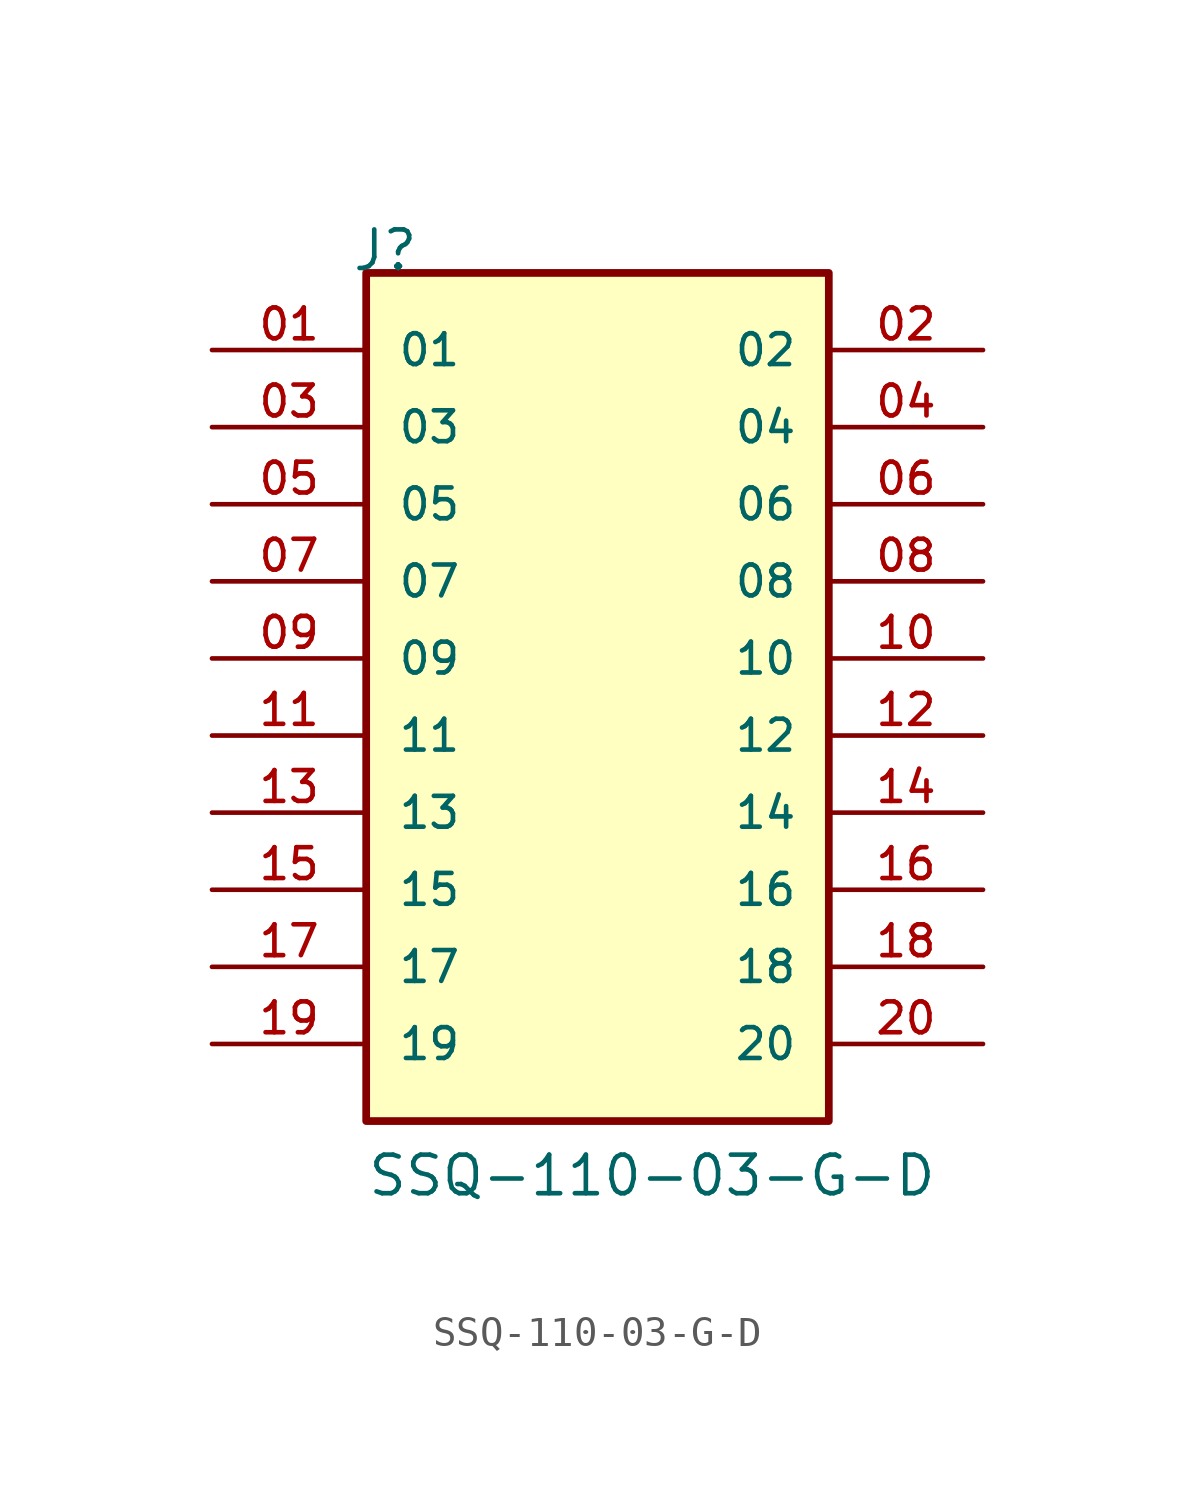
<source format=kicad_sym>
(kicad_symbol_lib
  (version 20211014)
  (generator kicad_symbol_editor)
  (symbol "SSQ-110-03-G-D"
    (pin_names
      (offset 1.016))
    (property "Reference" "J"
      (at -8.12 15.24 0)
      (effects (font (size 1.27 1.27)) (justify bottom left)))
    (property "Value" "SSQ-110-03-G-D"
      (at -7.62 -15.24 0)
      (effects (font (size 1.27 1.27)) (justify bottom left)))
    (symbol "SSQ-110-03-G-D_0_0"
      (rectangle (start -7.62 -12.7) (end 7.62 15.24) (stroke (width 0.254)) (fill (type background)))
      (pin passive line (at -12.7 12.7 0) (length 5.08) (name "01" (effects (font (size 1.016 1.016)))) (number "01" (effects (font (size 1.016 1.016)))))
      (pin passive line (at 12.7 12.7 180.0) (length 5.08) (name "02" (effects (font (size 1.016 1.016)))) (number "02" (effects (font (size 1.016 1.016)))))
      (pin passive line (at -12.7 10.16 0) (length 5.08) (name "03" (effects (font (size 1.016 1.016)))) (number "03" (effects (font (size 1.016 1.016)))))
      (pin passive line (at 12.7 10.16 180.0) (length 5.08) (name "04" (effects (font (size 1.016 1.016)))) (number "04" (effects (font (size 1.016 1.016)))))
      (pin passive line (at -12.7 7.62 0) (length 5.08) (name "05" (effects (font (size 1.016 1.016)))) (number "05" (effects (font (size 1.016 1.016)))))
      (pin passive line (at 12.7 7.62 180.0) (length 5.08) (name "06" (effects (font (size 1.016 1.016)))) (number "06" (effects (font (size 1.016 1.016)))))
      (pin passive line (at -12.7 5.08 0) (length 5.08) (name "07" (effects (font (size 1.016 1.016)))) (number "07" (effects (font (size 1.016 1.016)))))
      (pin passive line (at 12.7 5.08 180.0) (length 5.08) (name "08" (effects (font (size 1.016 1.016)))) (number "08" (effects (font (size 1.016 1.016)))))
      (pin passive line (at -12.7 2.54 0) (length 5.08) (name "09" (effects (font (size 1.016 1.016)))) (number "09" (effects (font (size 1.016 1.016)))))
      (pin passive line (at 12.7 2.54 180.0) (length 5.08) (name "10" (effects (font (size 1.016 1.016)))) (number "10" (effects (font (size 1.016 1.016)))))
      (pin passive line (at -12.7 0.0 0) (length 5.08) (name "11" (effects (font (size 1.016 1.016)))) (number "11" (effects (font (size 1.016 1.016)))))
      (pin passive line (at 12.7 0.0 180.0) (length 5.08) (name "12" (effects (font (size 1.016 1.016)))) (number "12" (effects (font (size 1.016 1.016)))))
      (pin passive line (at -12.7 -2.54 0) (length 5.08) (name "13" (effects (font (size 1.016 1.016)))) (number "13" (effects (font (size 1.016 1.016)))))
      (pin passive line (at 12.7 -2.54 180.0) (length 5.08) (name "14" (effects (font (size 1.016 1.016)))) (number "14" (effects (font (size 1.016 1.016)))))
      (pin passive line (at -12.7 -5.08 0) (length 5.08) (name "15" (effects (font (size 1.016 1.016)))) (number "15" (effects (font (size 1.016 1.016)))))
      (pin passive line (at 12.7 -5.08 180.0) (length 5.08) (name "16" (effects (font (size 1.016 1.016)))) (number "16" (effects (font (size 1.016 1.016)))))
      (pin passive line (at -12.7 -7.62 0) (length 5.08) (name "17" (effects (font (size 1.016 1.016)))) (number "17" (effects (font (size 1.016 1.016)))))
      (pin passive line (at 12.7 -7.62 180.0) (length 5.08) (name "18" (effects (font (size 1.016 1.016)))) (number "18" (effects (font (size 1.016 1.016)))))
      (pin passive line (at -12.7 -10.16 0) (length 5.08) (name "19" (effects (font (size 1.016 1.016)))) (number "19" (effects (font (size 1.016 1.016)))))
      (pin passive line (at 12.7 -10.16 180.0) (length 5.08) (name "20" (effects (font (size 1.016 1.016)))) (number "20" (effects (font (size 1.016 1.016))))))))
</source>
